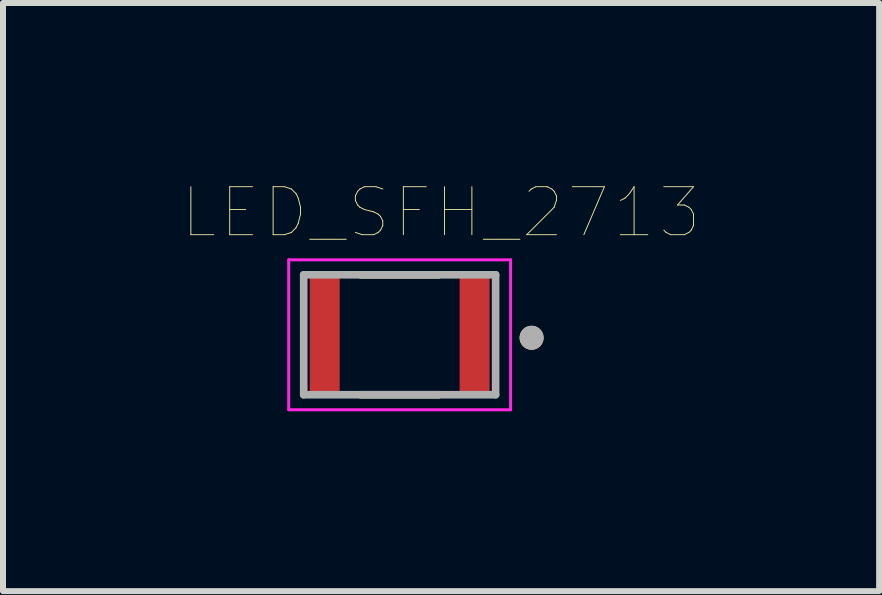
<source format=kicad_pcb>
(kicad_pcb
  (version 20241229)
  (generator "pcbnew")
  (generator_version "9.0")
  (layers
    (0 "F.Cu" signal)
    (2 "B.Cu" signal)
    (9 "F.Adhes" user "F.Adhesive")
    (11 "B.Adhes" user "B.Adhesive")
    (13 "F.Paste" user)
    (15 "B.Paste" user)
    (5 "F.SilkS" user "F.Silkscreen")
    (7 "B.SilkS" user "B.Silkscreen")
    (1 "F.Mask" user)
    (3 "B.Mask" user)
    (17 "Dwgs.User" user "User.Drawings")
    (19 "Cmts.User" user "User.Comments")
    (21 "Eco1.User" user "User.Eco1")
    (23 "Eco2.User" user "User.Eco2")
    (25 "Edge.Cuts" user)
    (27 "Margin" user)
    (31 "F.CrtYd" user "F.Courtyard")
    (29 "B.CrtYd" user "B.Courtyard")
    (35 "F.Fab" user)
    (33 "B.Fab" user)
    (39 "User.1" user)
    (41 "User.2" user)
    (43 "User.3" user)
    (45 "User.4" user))
  (footprint "LED_SFH_2713"
    (layer "F.Cu")
    (at 3.614 2.532)
    (property "Reference" "LED_SFH_2713" (at 0.69 -2.038 0) (layer "F.SilkS") (effects (font (size 0.8 0.8) (thickness 0.015))))
    (attr through_hole)
    (fp_poly (pts (xy -1.5 -0.95) (xy -1 -0.95) (xy -1 0.95) (xy -1.5 0.95)) (stroke (width 0.01) (type solid)) (fill yes) (layer "F.Mask"))
    (fp_poly (pts (xy 1 -0.95) (xy 1.5 -0.95) (xy 1.5 0.95) (xy 1 0.95)) (stroke (width 0.01) (type solid)) (fill yes) (layer "F.Mask"))
    (fp_line (start -0.65 -1) (end 0.65 -1) (stroke (width 0.127) (type solid)) (layer "F.SilkS"))
    (fp_line (start 0.65 1) (end -0.65 1) (stroke (width 0.127) (type solid)) (layer "F.SilkS"))
    (fp_circle (center 2.2 0.05) (end 2.3 0.05) (stroke (width 0.2) (type solid)) (fill no) (layer "F.SilkS"))
    (fp_poly (pts (xy -1.45 -0.9) (xy -1.05 -0.9) (xy -1.05 -0.15) (xy -1.45 -0.15)) (stroke (width 0.01) (type solid)) (fill yes) (layer "F.Paste"))
    (fp_poly (pts (xy -1.45 0.15) (xy -1.05 0.15) (xy -1.05 0.9) (xy -1.45 0.9)) (stroke (width 0.01) (type solid)) (fill yes) (layer "F.Paste"))
    (fp_poly (pts (xy 1.05 -0.9) (xy 1.45 -0.9) (xy 1.45 -0.15) (xy 1.05 -0.15)) (stroke (width 0.01) (type solid)) (fill yes) (layer "F.Paste"))
    (fp_poly (pts (xy 1.05 0.15) (xy 1.45 0.15) (xy 1.45 0.9) (xy 1.05 0.9)) (stroke (width 0.01) (type solid)) (fill yes) (layer "F.Paste"))
    (fp_line (start -1.85 -1.25) (end 1.85 -1.25) (stroke (width 0.05) (type solid)) (layer "F.CrtYd"))
    (fp_line (start -1.85 1.25) (end -1.85 -1.25) (stroke (width 0.05) (type solid)) (layer "F.CrtYd"))
    (fp_line (start 1.85 -1.25) (end 1.85 1.25) (stroke (width 0.05) (type solid)) (layer "F.CrtYd"))
    (fp_line (start 1.85 1.25) (end -1.85 1.25) (stroke (width 0.05) (type solid)) (layer "F.CrtYd"))
    (fp_line (start -1.6 -1) (end -1.6 1) (stroke (width 0.127) (type solid)) (layer "F.Fab"))
    (fp_line (start -1.6 1) (end 1.6 1) (stroke (width 0.127) (type solid)) (layer "F.Fab"))
    (fp_line (start 1.6 -1) (end -1.6 -1) (stroke (width 0.127) (type solid)) (layer "F.Fab"))
    (fp_line (start 1.6 1) (end 1.6 -1) (stroke (width 0.127) (type solid)) (layer "F.Fab"))
    (fp_circle (center 2.2 0.05) (end 2.3 0.05) (stroke (width 0.2) (type solid)) (fill no) (layer "F.Fab"))
    (pad "A" smd rect (at -1.25 0) (size 0.5 1.9) (layers "F.Cu"))
    (pad "C" smd rect (at 1.25 0) (size 0.5 1.9) (layers "F.Cu")))
  (gr_rect
    (start -3 -3)
    (end 11.609 6.807)
    (stroke (width 0.1) (type default))
    (fill no)
    (layer "Edge.Cuts")))
</source>
